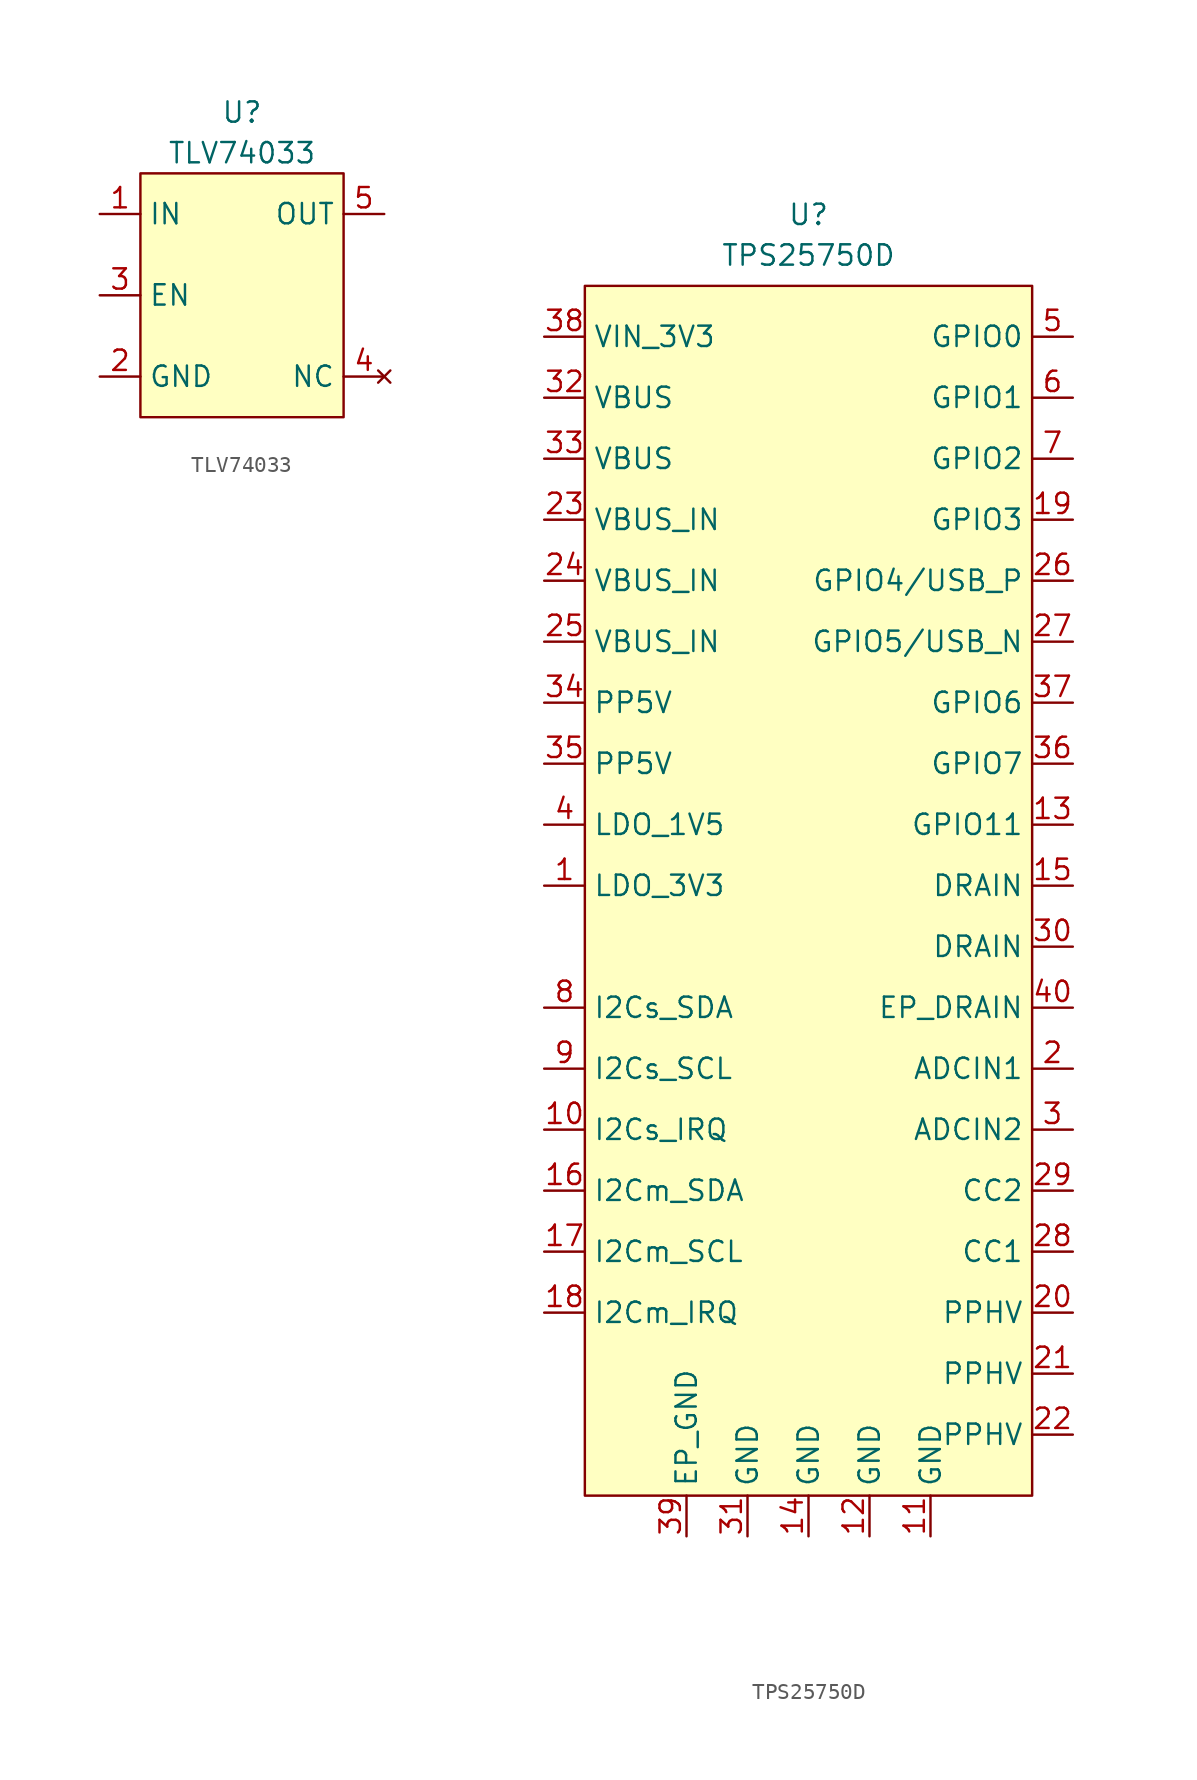
<source format=kicad_sym>
(kicad_symbol_lib
  (version 20220914)
  (generator kicad_symbol_editor)
  (symbol "TLV74033"
    (property "Reference" "U"
      (at 0 8.89 0)
      (effects (font (size 1.27 1.27))))
    (property "Value" "TLV74033"
      (at 0 6.35 0)
      (effects (font (size 1.27 1.27))))
    (symbol "TLV74033_1_1"
      (rectangle (start -6.35 5.08) (end 6.35 -10.16) (stroke (width 0) (type default)) (fill (type background)))
      (pin input line (at -8.89 2.54 0) (length 2.54) (name "IN" (effects (font (size 1.27 1.27)))) (number "1" (effects (font (size 1.27 1.27)))))
      (pin input line (at -8.89 -7.62 0) (length 2.54) (name "GND" (effects (font (size 1.27 1.27)))) (number "2" (effects (font (size 1.27 1.27)))))
      (pin input line (at -8.89 -2.54 0) (length 2.54) (name "EN" (effects (font (size 1.27 1.27)))) (number "3" (effects (font (size 1.27 1.27)))))
      (pin no_connect line (at 8.89 -7.62 180) (length 2.54) (name "NC" (effects (font (size 1.27 1.27)))) (number "4" (effects (font (size 1.27 1.27)))))
      (pin output line (at 8.89 2.54 180) (length 2.54) (name "OUT" (effects (font (size 1.27 1.27)))) (number "5" (effects (font (size 1.27 1.27)))))))
  (symbol "TPS25750D"
    (property "Reference" "U"
      (at 0 6.35 0)
      (effects (font (size 1.27 1.27))))
    (property "Value" "TPS25750D"
      (at 0 3.81 0)
      (effects (font (size 1.27 1.27))))
    (symbol "TPS25750D_1_1"
      (rectangle (start -13.97 1.905) (end 13.97 -73.66) (stroke (width 0) (type default)) (fill (type background)))
      (pin power_out line (at -16.51 -35.56 0) (length 2.54) (name "LDO_3V3" (effects (font (size 1.27 1.27)))) (number "1" (effects (font (size 1.27 1.27)))))
      (pin bidirectional line (at -16.51 -50.8 0) (length 2.54) (name "I2Cs_IRQ" (effects (font (size 1.27 1.27)))) (number "10" (effects (font (size 1.27 1.27)))))
      (pin power_out line (at 7.62 -76.2 90) (length 2.54) (name "GND" (effects (font (size 1.27 1.27)))) (number "11" (effects (font (size 1.27 1.27)))))
      (pin power_out line (at 3.81 -76.2 90) (length 2.54) (name "GND" (effects (font (size 1.27 1.27)))) (number "12" (effects (font (size 1.27 1.27)))))
      (pin bidirectional line (at 16.51 -31.75 180) (length 2.54) (name "GPIO11" (effects (font (size 1.27 1.27)))) (number "13" (effects (font (size 1.27 1.27)))))
      (pin power_out line (at 0 -76.2 90) (length 2.54) (name "GND" (effects (font (size 1.27 1.27)))) (number "14" (effects (font (size 1.27 1.27)))))
      (pin power_in line (at 16.51 -35.56 180) (length 2.54) (name "DRAIN" (effects (font (size 1.27 1.27)))) (number "15" (effects (font (size 1.27 1.27)))))
      (pin bidirectional line (at -16.51 -54.61 0) (length 2.54) (name "I2Cm_SDA" (effects (font (size 1.27 1.27)))) (number "16" (effects (font (size 1.27 1.27)))))
      (pin bidirectional line (at -16.51 -58.42 0) (length 2.54) (name "I2Cm_SCL" (effects (font (size 1.27 1.27)))) (number "17" (effects (font (size 1.27 1.27)))))
      (pin bidirectional line (at -16.51 -62.23 0) (length 2.54) (name "I2Cm_IRQ" (effects (font (size 1.27 1.27)))) (number "18" (effects (font (size 1.27 1.27)))))
      (pin bidirectional line (at 16.51 -12.7 180) (length 2.54) (name "GPIO3" (effects (font (size 1.27 1.27)))) (number "19" (effects (font (size 1.27 1.27)))))
      (pin input line (at 16.51 -46.99 180) (length 2.54) (name "ADCIN1" (effects (font (size 1.27 1.27)))) (number "2" (effects (font (size 1.27 1.27)))))
      (pin power_out line (at 16.51 -62.23 180) (length 2.54) (name "PPHV" (effects (font (size 1.27 1.27)))) (number "20" (effects (font (size 1.27 1.27)))))
      (pin power_out line (at 16.51 -66.04 180) (length 2.54) (name "PPHV" (effects (font (size 1.27 1.27)))) (number "21" (effects (font (size 1.27 1.27)))))
      (pin power_out line (at 16.51 -69.85 180) (length 2.54) (name "PPHV" (effects (font (size 1.27 1.27)))) (number "22" (effects (font (size 1.27 1.27)))))
      (pin power_in line (at -16.51 -12.7 0) (length 2.54) (name "VBUS_IN" (effects (font (size 1.27 1.27)))) (number "23" (effects (font (size 1.27 1.27)))))
      (pin power_in line (at -16.51 -16.51 0) (length 2.54) (name "VBUS_IN" (effects (font (size 1.27 1.27)))) (number "24" (effects (font (size 1.27 1.27)))))
      (pin power_in line (at -16.51 -20.32 0) (length 2.54) (name "VBUS_IN" (effects (font (size 1.27 1.27)))) (number "25" (effects (font (size 1.27 1.27)))))
      (pin bidirectional line (at 16.51 -16.51 180) (length 2.54) (name "GPIO4/USB_P" (effects (font (size 1.27 1.27)))) (number "26" (effects (font (size 1.27 1.27)))))
      (pin bidirectional line (at 16.51 -20.32 180) (length 2.54) (name "GPIO5/USB_N" (effects (font (size 1.27 1.27)))) (number "27" (effects (font (size 1.27 1.27)))))
      (pin input line (at 16.51 -58.42 180) (length 2.54) (name "CC1" (effects (font (size 1.27 1.27)))) (number "28" (effects (font (size 1.27 1.27)))))
      (pin input line (at 16.51 -54.61 180) (length 2.54) (name "CC2" (effects (font (size 1.27 1.27)))) (number "29" (effects (font (size 1.27 1.27)))))
      (pin input line (at 16.51 -50.8 180) (length 2.54) (name "ADCIN2" (effects (font (size 1.27 1.27)))) (number "3" (effects (font (size 1.27 1.27)))))
      (pin power_in line (at 16.51 -39.37 180) (length 2.54) (name "DRAIN" (effects (font (size 1.27 1.27)))) (number "30" (effects (font (size 1.27 1.27)))))
      (pin power_out line (at -3.81 -76.2 90) (length 2.54) (name "GND" (effects (font (size 1.27 1.27)))) (number "31" (effects (font (size 1.27 1.27)))))
      (pin power_out line (at -16.51 -5.08 0) (length 2.54) (name "VBUS" (effects (font (size 1.27 1.27)))) (number "32" (effects (font (size 1.27 1.27)))))
      (pin power_out line (at -16.51 -8.89 0) (length 2.54) (name "VBUS" (effects (font (size 1.27 1.27)))) (number "33" (effects (font (size 1.27 1.27)))))
      (pin power_in line (at -16.51 -24.13 0) (length 2.54) (name "PP5V" (effects (font (size 1.27 1.27)))) (number "34" (effects (font (size 1.27 1.27)))))
      (pin power_in line (at -16.51 -27.94 0) (length 2.54) (name "PP5V" (effects (font (size 1.27 1.27)))) (number "35" (effects (font (size 1.27 1.27)))))
      (pin bidirectional line (at 16.51 -27.94 180) (length 2.54) (name "GPIO7" (effects (font (size 1.27 1.27)))) (number "36" (effects (font (size 1.27 1.27)))))
      (pin bidirectional line (at 16.51 -24.13 180) (length 2.54) (name "GPIO6" (effects (font (size 1.27 1.27)))) (number "37" (effects (font (size 1.27 1.27)))))
      (pin power_in line (at -16.51 -1.27 0) (length 2.54) (name "VIN_3V3" (effects (font (size 1.27 1.27)))) (number "38" (effects (font (size 1.27 1.27)))))
      (pin power_out line (at -7.62 -76.2 90) (length 2.54) (name "EP_GND" (effects (font (size 1.27 1.27)))) (number "39" (effects (font (size 1.27 1.27)))))
      (pin power_out line (at -16.51 -31.75 0) (length 2.54) (name "LDO_1V5" (effects (font (size 1.27 1.27)))) (number "4" (effects (font (size 1.27 1.27)))))
      (pin power_out line (at 16.51 -43.18 180) (length 2.54) (name "EP_DRAIN" (effects (font (size 1.27 1.27)))) (number "40" (effects (font (size 1.27 1.27)))))
      (pin bidirectional line (at 16.51 -1.27 180) (length 2.54) (name "GPIO0" (effects (font (size 1.27 1.27)))) (number "5" (effects (font (size 1.27 1.27)))))
      (pin bidirectional line (at 16.51 -5.08 180) (length 2.54) (name "GPIO1" (effects (font (size 1.27 1.27)))) (number "6" (effects (font (size 1.27 1.27)))))
      (pin bidirectional line (at 16.51 -8.89 180) (length 2.54) (name "GPIO2" (effects (font (size 1.27 1.27)))) (number "7" (effects (font (size 1.27 1.27)))))
      (pin bidirectional line (at -16.51 -43.18 0) (length 2.54) (name "I2Cs_SDA" (effects (font (size 1.27 1.27)))) (number "8" (effects (font (size 1.27 1.27)))))
      (pin bidirectional line (at -16.51 -46.99 0) (length 2.54) (name "I2Cs_SCL" (effects (font (size 1.27 1.27)))) (number "9" (effects (font (size 1.27 1.27))))))))
</source>
